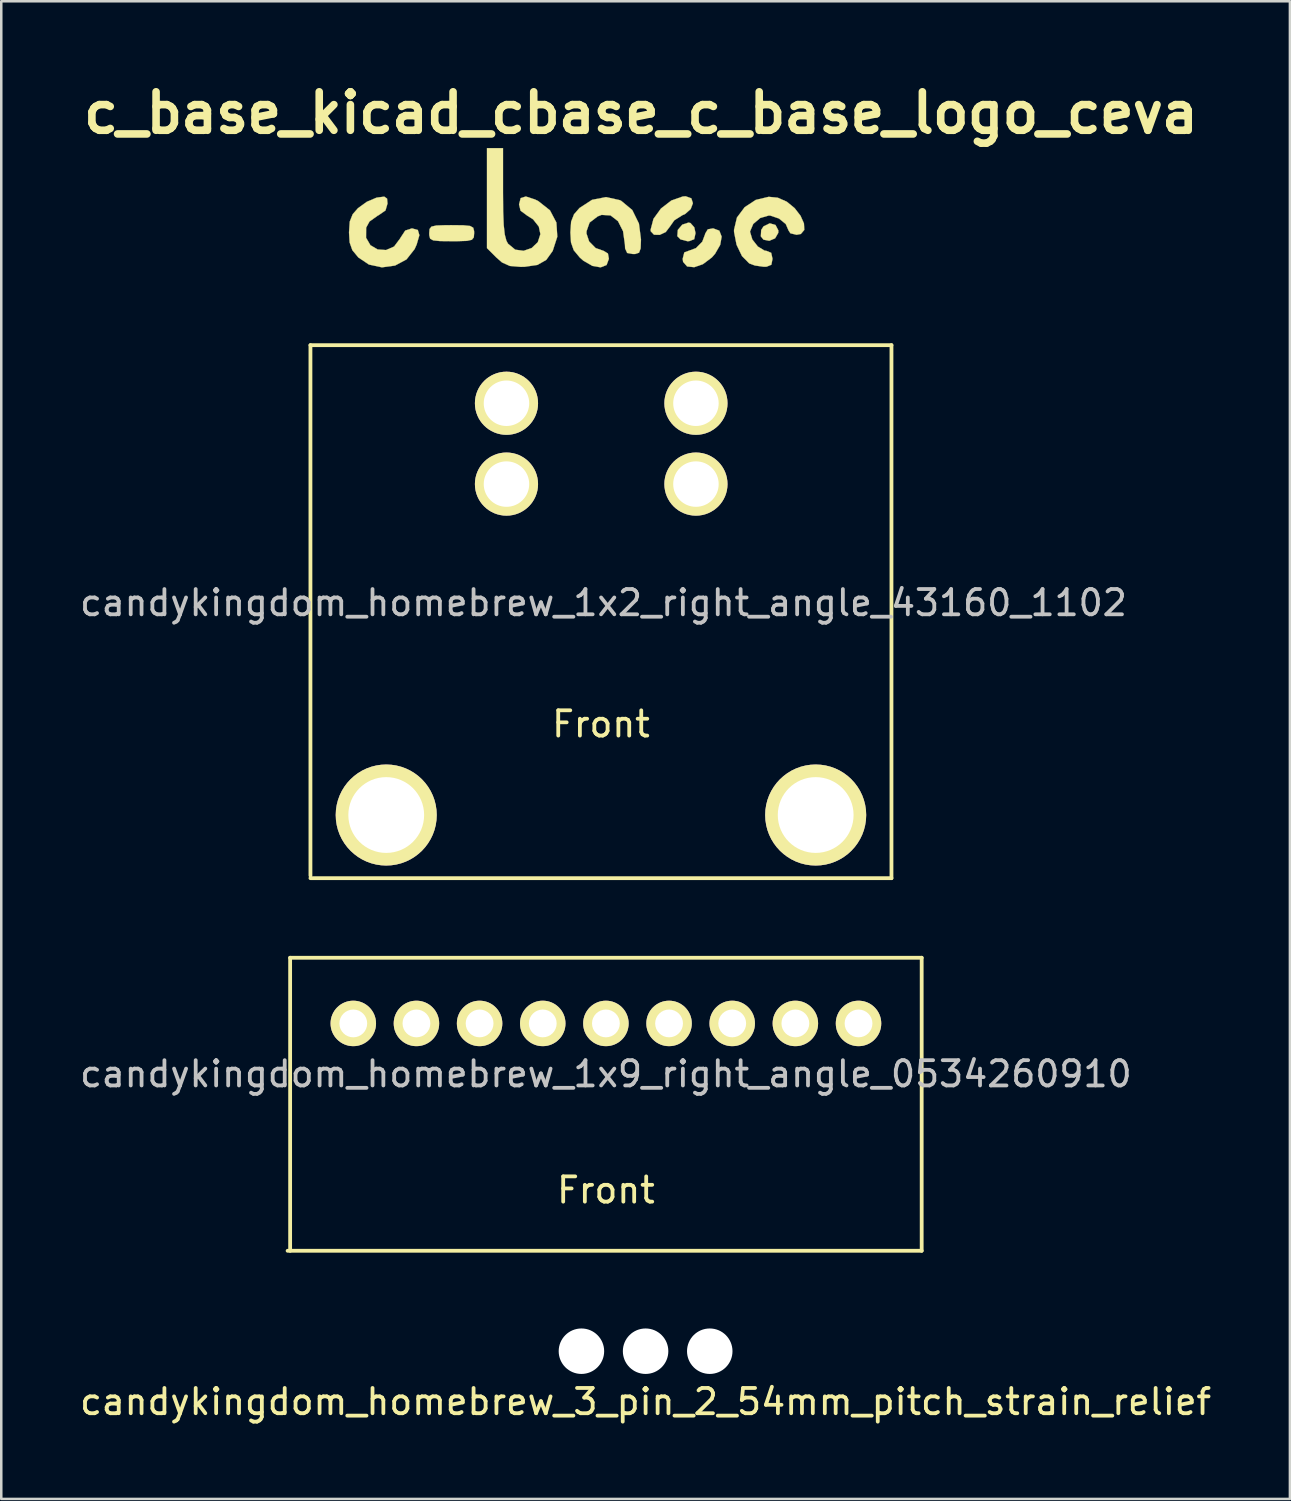
<source format=kicad_pcb>
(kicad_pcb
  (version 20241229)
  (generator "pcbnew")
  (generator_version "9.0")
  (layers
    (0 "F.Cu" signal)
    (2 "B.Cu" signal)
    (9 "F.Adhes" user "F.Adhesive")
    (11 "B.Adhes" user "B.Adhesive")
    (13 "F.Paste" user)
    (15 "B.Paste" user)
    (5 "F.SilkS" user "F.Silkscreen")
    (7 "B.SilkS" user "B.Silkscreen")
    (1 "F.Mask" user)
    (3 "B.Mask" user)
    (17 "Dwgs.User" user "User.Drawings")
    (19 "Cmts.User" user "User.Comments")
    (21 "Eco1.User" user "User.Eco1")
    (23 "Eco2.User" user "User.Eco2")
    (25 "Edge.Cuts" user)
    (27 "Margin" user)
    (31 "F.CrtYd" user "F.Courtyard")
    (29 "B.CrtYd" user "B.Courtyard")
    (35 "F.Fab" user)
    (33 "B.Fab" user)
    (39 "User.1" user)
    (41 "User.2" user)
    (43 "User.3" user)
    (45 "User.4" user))
  (footprint "candykingdom_homebrew_1x2_right_angle_43160_1102"
    (layer "F.Cu")
    (at 20.739 16.113)
    (property "Reference" "candykingdom_homebrew_1x2_right_angle_43160_1102" (at 0.1 4.7 0) (layer "Dwgs.User") (effects (font (size 1 1) (thickness 0.15))))
    (attr through_hole)
    (fp_line (start -11.5 -5.5) (end -11.5 15.5) (stroke (width 0.15) (type solid)) (layer "F.SilkS"))
    (fp_line (start -11.5 15.6) (end 11.5 15.6) (stroke (width 0.15) (type solid)) (layer "F.SilkS"))
    (fp_line (start 11.5 -5.5) (end -11.5 -5.5) (stroke (width 0.15) (type solid)) (layer "F.SilkS"))
    (fp_line (start 11.5 15.6) (end 11.5 -5.5) (stroke (width 0.15) (type solid)) (layer "F.SilkS"))
    (fp_text user "Front" (at 0 9.5 0) (layer "F.SilkS") (effects (font (size 1 1) (thickness 0.15))))
    (pad "1" thru_hole circle (at -3.74 -3.2) (size 2.5 2.5) (drill 1.8) (layers "*.Cu" "*.Mask" "F.SilkS"))
    (pad "1" thru_hole circle (at -3.74 0) (size 2.5 2.5) (drill 1.8) (layers "*.Cu" "*.Mask" "F.SilkS"))
    (pad "2" thru_hole circle (at 3.76 -3.2) (size 2.5 2.5) (drill 1.8) (layers "*.Cu" "*.Mask" "F.SilkS"))
    (pad "2" thru_hole circle (at 3.76 0) (size 2.5 2.5) (drill 1.8) (layers "*.Cu" "*.Mask" "F.SilkS"))
    (pad "Snap" thru_hole circle (at -8.5 13.1) (size 4 4) (drill 3) (layers "*.Cu" "*.Mask" "F.SilkS"))
    (pad "Snap" thru_hole circle (at 8.5 13.1) (size 4 4) (drill 3) (layers "*.Cu" "*.Mask" "F.SilkS")))
  (footprint "candykingdom_homebrew_3_pin_2_54mm_pitch_strain_relief"
    (layer "F.Cu")
    (at 22.506 50.438)
    (property "Reference" "candykingdom_homebrew_3_pin_2_54mm_pitch_strain_relief" (at 0 2 0) (layer "F.SilkS") (effects (font (size 1 1) (thickness 0.15))))
    (attr through_hole)
    (pad "" np_thru_hole circle (at -2.54 0) (size 1.8 1.8) (drill 1.8) (layers "*.Cu" "*.Mask"))
    (pad "" np_thru_hole circle (at 0 0) (size 1.8 1.8) (drill 1.8) (layers "*.Cu" "*.Mask"))
    (pad "" np_thru_hole circle (at 2.54 0) (size 1.8 1.8) (drill 1.8) (layers "*.Cu" "*.Mask")))
  (footprint "candykingdom_homebrew_1x9_right_angle_0534260910"
    (layer "F.Cu")
    (at 20.935 37.463)
    (property "Reference" "candykingdom_homebrew_1x9_right_angle_0534260910" (at 0 2 0) (layer "Dwgs.User") (effects (font (size 1 1) (thickness 0.15))))
    (attr through_hole)
    (fp_line (start -12.6 9) (end 12.5 9) (stroke (width 0.15) (type solid)) (layer "F.SilkS"))
    (fp_line (start -12.5 -2.6) (end -12.5 9) (stroke (width 0.15) (type solid)) (layer "F.SilkS"))
    (fp_line (start 12.5 -2.6) (end -12.5 -2.6) (stroke (width 0.15) (type solid)) (layer "F.SilkS"))
    (fp_line (start 12.5 9) (end 12.5 -2.6) (stroke (width 0.15) (type solid)) (layer "F.SilkS"))
    (fp_text user "Front" (at 0 6.6 0) (layer "F.SilkS") (effects (font (size 1 1) (thickness 0.15))))
    (pad "1" thru_hole circle (at -10 0) (size 1.8 1.8) (drill 1.1) (layers "*.Cu" "*.Mask" "F.SilkS"))
    (pad "2" thru_hole circle (at -7.5 0) (size 1.8 1.8) (drill 1.1) (layers "*.Cu" "*.Mask" "F.SilkS"))
    (pad "3" thru_hole circle (at -5 0) (size 1.8 1.8) (drill 1.1) (layers "*.Cu" "*.Mask" "F.SilkS"))
    (pad "4" thru_hole circle (at -2.5 0) (size 1.8 1.8) (drill 1.1) (layers "*.Cu" "*.Mask" "F.SilkS"))
    (pad "5" thru_hole circle (at 0 0) (size 1.8 1.8) (drill 1.1) (layers "*.Cu" "*.Mask" "F.SilkS"))
    (pad "6" thru_hole circle (at 2.5 0) (size 1.8 1.8) (drill 1.1) (layers "*.Cu" "*.Mask" "F.SilkS"))
    (pad "7" thru_hole circle (at 5 0) (size 1.8 1.8) (drill 1.1) (layers "*.Cu" "*.Mask" "F.SilkS"))
    (pad "8" thru_hole circle (at 7.5 0) (size 1.8 1.8) (drill 1.1) (layers "*.Cu" "*.Mask" "F.SilkS"))
    (pad "9" thru_hole circle (at 10 0) (size 1.8 1.8) (drill 1.1) (layers "*.Cu" "*.Mask" "F.SilkS")))
  (footprint "c_base_kicad_cbase_c_base_logo_ceva"
    (layer "F.Cu")
    (at 19.783 5.228)
    (property "Reference" "c_base_kicad_cbase_c_base_logo_ceva" (at 2.54 -3.81 0) (layer "F.SilkS") (effects (font (size 1.524 1.524) (thickness 0.3))))
    (attr through_hole)
    (fp_poly (pts (xy 7.866 0.628) (xy 7.979 0.844) (xy 7.976 0.937) (xy 7.85 1.156) (xy 7.619 1.254) (xy 7.39 1.209) (xy 7.285 1.079) (xy 7.299 0.826) (xy 7.39 0.684) (xy 7.639 0.562) (xy 7.866 0.628)) (stroke (width 0.01) (type solid)) (fill yes) (layer "F.SilkS"))
    (fp_poly (pts (xy 4.499 0.55) (xy 4.651 0.722) (xy 4.699 0.949) (xy 4.648 1.192) (xy 4.446 1.268) (xy 4.378 1.27) (xy 4.106 1.199) (xy 3.979 1.07) (xy 3.998 0.824) (xy 4.175 0.615) (xy 4.419 0.534) (xy 4.499 0.55)) (stroke (width 0.01) (type solid)) (fill yes) (layer "F.SilkS"))
    (fp_poly (pts (xy 4.534 -0.427) (xy 4.596 -0.234) (xy 4.509 -0.002) (xy 4.288 0.193) (xy 4.19 0.235) (xy 3.86 0.443) (xy 3.685 0.692) (xy 3.521 0.907) (xy 3.283 1.019) (xy 3.056 1.014) (xy 2.928 0.879) (xy 2.921 0.819) (xy 3.035 0.385) (xy 3.331 -0.023) (xy 3.741 -0.34) (xy 4.196 -0.5) (xy 4.312 -0.508) (xy 4.534 -0.427)) (stroke (width 0.01) (type solid)) (fill yes) (layer "F.SilkS"))
    (fp_poly (pts (xy 5.642 0.853) (xy 5.734 1.089) (xy 5.677 1.414) (xy 5.473 1.769) (xy 5.344 1.915) (xy 4.992 2.18) (xy 4.648 2.299) (xy 4.367 2.27) (xy 4.208 2.09) (xy 4.191 1.968) (xy 4.255 1.715) (xy 4.425 1.651) (xy 4.716 1.544) (xy 4.967 1.29) (xy 5.08 0.989) (xy 5.08 0.974) (xy 5.185 0.8) (xy 5.397 0.762) (xy 5.642 0.853)) (stroke (width 0.01) (type solid)) (fill yes) (layer "F.SilkS"))
    (fp_poly (pts (xy -4.489 0.64) (xy -4.223 0.667) (xy -4.1 0.736) (xy -4.066 0.868) (xy -4.064 0.953) (xy -4.077 1.118) (xy -4.153 1.213) (xy -4.348 1.257) (xy -4.716 1.269) (xy -4.953 1.27) (xy -5.417 1.265) (xy -5.683 1.238) (xy -5.806 1.169) (xy -5.84 1.037) (xy -5.842 0.953) (xy -5.829 0.787) (xy -5.753 0.692) (xy -5.558 0.648) (xy -5.19 0.636) (xy -4.953 0.635) (xy -4.489 0.64)) (stroke (width 0.01) (type solid)) (fill yes) (layer "F.SilkS"))
    (fp_poly (pts (xy -2.921 -0.663) (xy -2.915 0.091) (xy -2.893 0.633) (xy -2.852 1.005) (xy -2.788 1.248) (xy -2.723 1.369) (xy -2.438 1.605) (xy -2.105 1.65) (xy -1.786 1.54) (xy -1.544 1.308) (xy -1.441 0.99) (xy -1.504 0.691) (xy -1.732 0.404) (xy -1.967 0.255) (xy -2.227 0.062) (xy -2.286 -0.187) (xy -2.222 -0.436) (xy -2.017 -0.5) (xy -1.653 -0.381) (xy -1.525 -0.318) (xy -1.063 0.047) (xy -0.808 0.531) (xy -0.772 1.091) (xy -0.954 1.654) (xy -1.209 2.01) (xy -1.558 2.209) (xy -2.065 2.283) (xy -2.224 2.286) (xy -2.652 2.25) (xy -2.961 2.111) (xy -3.185 1.915) (xy -3.556 1.544) (xy -3.556 -2.413) (xy -2.921 -2.413) (xy -2.921 -0.663)) (stroke (width 0.01) (type solid)) (fill yes) (layer "F.SilkS"))
    (fp_poly (pts (xy -7.511 -0.417) (xy -7.493 -0.222) (xy -7.573 0.053) (xy -7.85 0.244) (xy -7.876 0.255) (xy -8.206 0.49) (xy -8.339 0.734) (xy -8.342 1.134) (xy -8.17 1.428) (xy -7.885 1.596) (xy -7.552 1.62) (xy -7.233 1.481) (xy -6.992 1.159) (xy -6.986 1.145) (xy -6.792 0.849) (xy -6.525 0.762) (xy -6.293 0.826) (xy -6.232 1.032) (xy -6.339 1.401) (xy -6.42 1.582) (xy -6.74 1.99) (xy -7.194 2.234) (xy -7.714 2.305) (xy -8.229 2.194) (xy -8.646 1.915) (xy -8.885 1.626) (xy -8.993 1.318) (xy -9.017 0.923) (xy -8.988 0.495) (xy -8.872 0.202) (xy -8.663 -0.037) (xy -8.313 -0.29) (xy -7.934 -0.451) (xy -7.901 -0.458) (xy -7.622 -0.494) (xy -7.511 -0.417)) (stroke (width 0.01) (type solid)) (fill yes) (layer "F.SilkS"))
    (fp_poly (pts (xy 7.954 -0.452) (xy 8.314 -0.293) (xy 8.623 -0.039) (xy 8.857 0.264) (xy 8.992 0.567) (xy 9.005 0.823) (xy 8.869 0.984) (xy 8.7 1.016) (xy 8.455 0.957) (xy 8.382 0.845) (xy 8.272 0.591) (xy 8.002 0.372) (xy 7.667 0.258) (xy 7.598 0.254) (xy 7.262 0.351) (xy 6.984 0.587) (xy 6.859 0.881) (xy 6.858 0.902) (xy 6.949 1.203) (xy 7.168 1.482) (xy 7.429 1.641) (xy 7.5 1.651) (xy 7.695 1.729) (xy 7.747 1.968) (xy 7.702 2.202) (xy 7.514 2.279) (xy 7.398 2.282) (xy 7.049 2.232) (xy 6.826 2.149) (xy 6.539 1.859) (xy 6.324 1.412) (xy 6.225 0.904) (xy 6.223 0.822) (xy 6.339 0.333) (xy 6.646 -0.077) (xy 7.085 -0.365) (xy 7.596 -0.487) (xy 7.954 -0.452)) (stroke (width 0.01) (type solid)) (fill yes) (layer "F.SilkS"))
    (fp_poly (pts (xy 1.702 -0.355) (xy 1.756 -0.329) (xy 2.196 0.036) (xy 2.46 0.573) (xy 2.54 1.2) (xy 2.527 1.555) (xy 2.464 1.725) (xy 2.313 1.776) (xy 2.223 1.778) (xy 1.994 1.736) (xy 1.912 1.558) (xy 1.905 1.405) (xy 1.831 0.874) (xy 1.63 0.477) (xy 1.337 0.25) (xy 0.984 0.228) (xy 0.826 0.288) (xy 0.506 0.533) (xy 0.387 0.869) (xy 0.383 0.965) (xy 0.488 1.28) (xy 0.745 1.541) (xy 1.056 1.651) (xy 1.058 1.651) (xy 1.232 1.756) (xy 1.27 1.968) (xy 1.179 2.213) (xy 0.943 2.305) (xy 0.618 2.248) (xy 0.263 2.044) (xy 0.117 1.915) (xy -0.122 1.626) (xy -0.23 1.318) (xy -0.254 0.923) (xy -0.225 0.496) (xy -0.11 0.204) (xy 0.107 -0.045) (xy 0.604 -0.368) (xy 1.158 -0.476) (xy 1.702 -0.355)) (stroke (width 0.01) (type solid)) (fill yes) (layer "F.SilkS")))
  (gr_rect
    (start -3 -3)
    (end 48.012 56.287)
    (stroke (width 0.1) (type default))
    (fill no)
    (layer "Edge.Cuts")))
</source>
